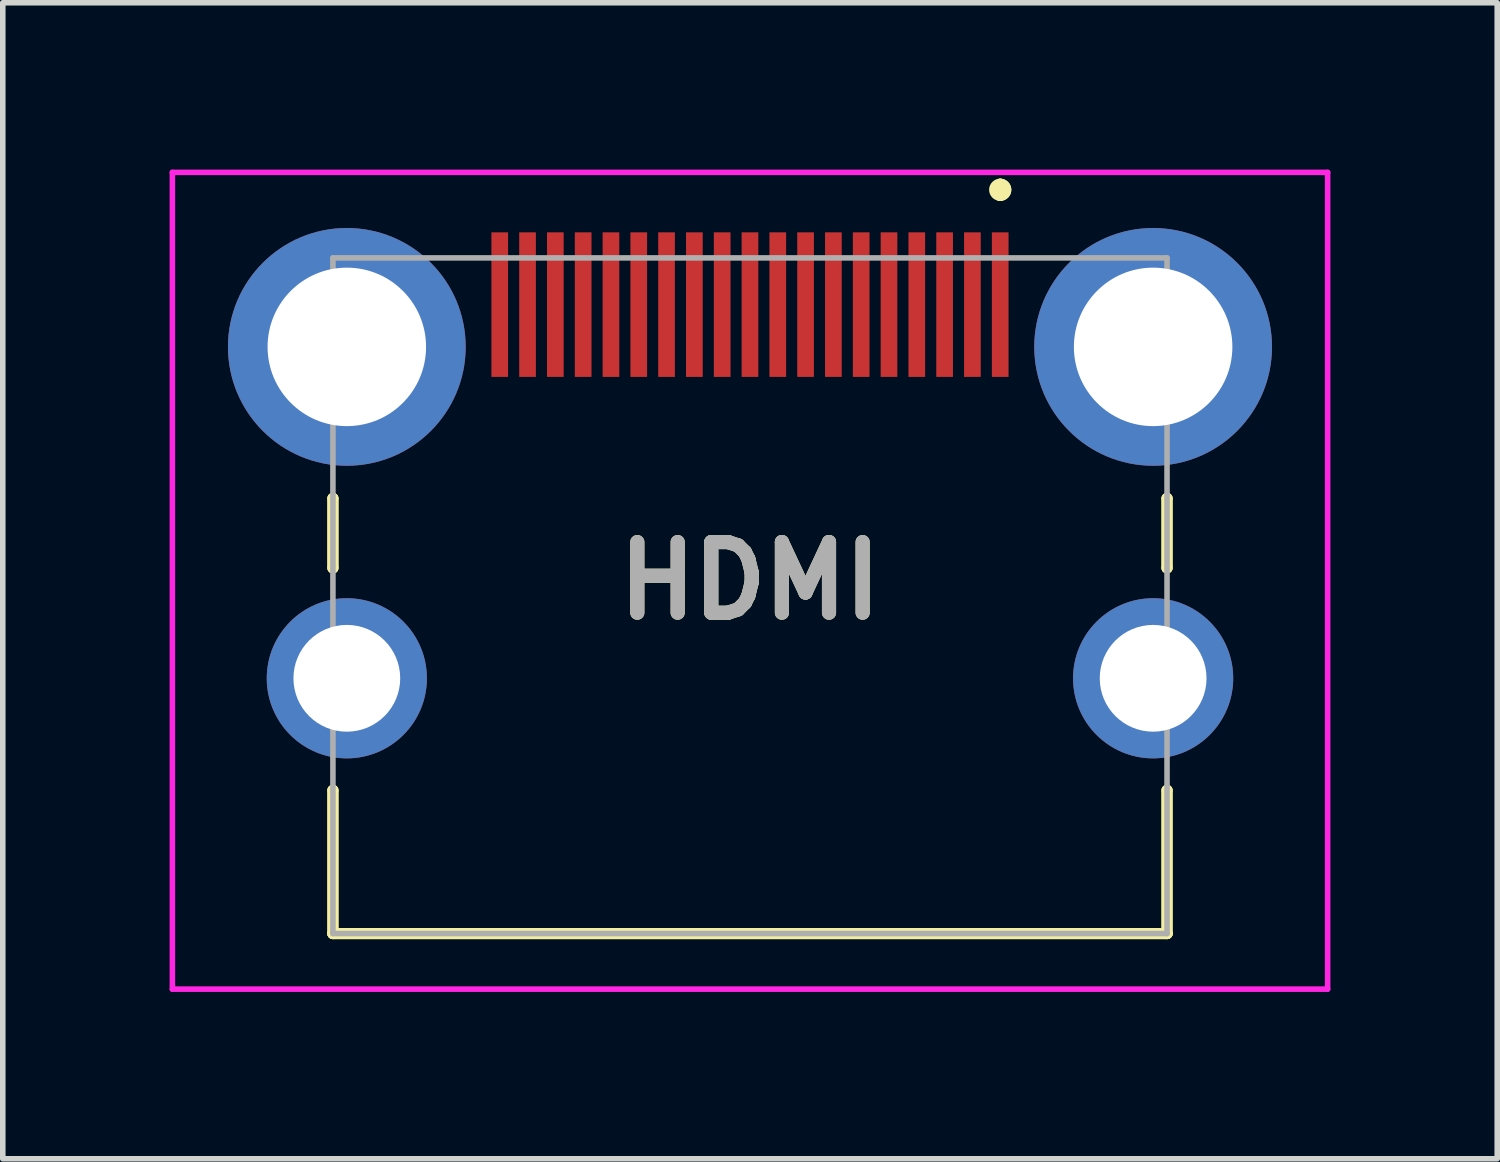
<source format=kicad_pcb>
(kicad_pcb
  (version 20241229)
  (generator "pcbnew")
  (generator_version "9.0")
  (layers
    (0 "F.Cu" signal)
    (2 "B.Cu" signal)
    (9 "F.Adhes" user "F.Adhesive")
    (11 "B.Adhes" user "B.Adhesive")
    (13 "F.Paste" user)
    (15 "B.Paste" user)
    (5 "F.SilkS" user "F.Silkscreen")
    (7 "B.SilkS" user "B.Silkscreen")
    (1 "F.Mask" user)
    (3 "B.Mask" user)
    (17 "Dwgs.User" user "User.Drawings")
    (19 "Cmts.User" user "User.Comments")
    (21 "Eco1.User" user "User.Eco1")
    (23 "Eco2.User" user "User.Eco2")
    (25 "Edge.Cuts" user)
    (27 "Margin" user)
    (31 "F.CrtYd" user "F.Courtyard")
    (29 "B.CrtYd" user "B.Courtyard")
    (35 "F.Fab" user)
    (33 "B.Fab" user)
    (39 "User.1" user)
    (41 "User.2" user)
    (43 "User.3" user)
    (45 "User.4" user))
  (footprint "HDMI"
    (layer "F.Cu")
    (at 10.437 9.148)
    (property "Reference" "HDMI" (at 0 -1.754 0) (layer "F.SilkS") (effects (font (size 1.27 1.27) (thickness 0.254))))
    (attr through_hole)
    (fp_line (start -7.5 -3.235) (end -7.5 -3.235) (stroke (width 0.2) (type solid)) (layer "F.SilkS"))
    (fp_line (start -7.5 -3.235) (end -7.5 -1.985) (stroke (width 0.2) (type solid)) (layer "F.SilkS"))
    (fp_line (start -7.5 -1.985) (end -7.5 -3.235) (stroke (width 0.2) (type solid)) (layer "F.SilkS"))
    (fp_line (start -7.5 -1.985) (end -7.5 -1.985) (stroke (width 0.2) (type solid)) (layer "F.SilkS"))
    (fp_line (start -7.5 2.015) (end -7.5 2.015) (stroke (width 0.2) (type solid)) (layer "F.SilkS"))
    (fp_line (start -7.5 2.015) (end -7.5 4.59) (stroke (width 0.2) (type solid)) (layer "F.SilkS"))
    (fp_line (start -7.5 4.59) (end -7.5 2.015) (stroke (width 0.2) (type solid)) (layer "F.SilkS"))
    (fp_line (start -7.5 4.59) (end -7.5 4.59) (stroke (width 0.2) (type solid)) (layer "F.SilkS"))
    (fp_line (start -7.5 4.59) (end -7.5 4.59) (stroke (width 0.2) (type solid)) (layer "F.SilkS"))
    (fp_line (start -7.5 4.59) (end 7.5 4.59) (stroke (width 0.2) (type solid)) (layer "F.SilkS"))
    (fp_line (start 4.5 -8.885) (end 4.5 -8.885) (stroke (width 0.2) (type solid)) (layer "F.SilkS"))
    (fp_line (start 4.5 -8.685) (end 4.5 -8.685) (stroke (width 0.2) (type solid)) (layer "F.SilkS"))
    (fp_line (start 4.5 -8.685) (end 4.5 -8.685) (stroke (width 0.2) (type solid)) (layer "F.SilkS"))
    (fp_line (start 7.5 -3.235) (end 7.5 -3.235) (stroke (width 0.2) (type solid)) (layer "F.SilkS"))
    (fp_line (start 7.5 -3.235) (end 7.5 -1.985) (stroke (width 0.2) (type solid)) (layer "F.SilkS"))
    (fp_line (start 7.5 -1.985) (end 7.5 -3.235) (stroke (width 0.2) (type solid)) (layer "F.SilkS"))
    (fp_line (start 7.5 -1.985) (end 7.5 -1.985) (stroke (width 0.2) (type solid)) (layer "F.SilkS"))
    (fp_line (start 7.5 2.015) (end 7.5 2.015) (stroke (width 0.2) (type solid)) (layer "F.SilkS"))
    (fp_line (start 7.5 2.015) (end 7.5 4.59) (stroke (width 0.2) (type solid)) (layer "F.SilkS"))
    (fp_line (start 7.5 4.59) (end -7.5 4.59) (stroke (width 0.2) (type solid)) (layer "F.SilkS"))
    (fp_line (start 7.5 4.59) (end 7.5 2.015) (stroke (width 0.2) (type solid)) (layer "F.SilkS"))
    (fp_line (start 7.5 4.59) (end 7.5 4.59) (stroke (width 0.2) (type solid)) (layer "F.SilkS"))
    (fp_line (start 7.5 4.59) (end 7.5 4.59) (stroke (width 0.2) (type solid)) (layer "F.SilkS"))
    (fp_arc (start 4.5 -8.885) (mid 4.6 -8.785) (end 4.5 -8.685) (stroke (width 0.2) (type solid)) (layer "F.SilkS"))
    (fp_arc (start 4.5 -8.885) (mid 4.6 -8.785) (end 4.5 -8.685) (stroke (width 0.2) (type solid)) (layer "F.SilkS"))
    (fp_arc (start 4.5 -8.685) (mid 4.4 -8.785) (end 4.5 -8.885) (stroke (width 0.2) (type solid)) (layer "F.SilkS"))
    (fp_line (start -10.387 -9.098) (end 10.388 -9.098) (stroke (width 0.1) (type solid)) (layer "F.CrtYd"))
    (fp_line (start -10.387 5.59) (end -10.387 -9.098) (stroke (width 0.1) (type solid)) (layer "F.CrtYd"))
    (fp_line (start 10.388 -9.098) (end 10.388 5.59) (stroke (width 0.1) (type solid)) (layer "F.CrtYd"))
    (fp_line (start 10.388 5.59) (end -10.387 5.59) (stroke (width 0.1) (type solid)) (layer "F.CrtYd"))
    (fp_line (start -7.5 -7.56) (end -7.5 4.59) (stroke (width 0.1) (type solid)) (layer "F.Fab"))
    (fp_line (start -7.5 4.59) (end 7.5 4.59) (stroke (width 0.1) (type solid)) (layer "F.Fab"))
    (fp_line (start 7.5 -7.56) (end -7.5 -7.56) (stroke (width 0.1) (type solid)) (layer "F.Fab"))
    (fp_line (start 7.5 4.59) (end 7.5 -7.56) (stroke (width 0.1) (type solid)) (layer "F.Fab"))
    (fp_text user "${REFERENCE}" (at 0 -1.754 0) (layer "F.Fab") (effects (font (size 1.27 1.27) (thickness 0.254))))
    (pad "1" smd rect (at 4.5 -6.72) (size 0.3 2.6) (layers "F.Cu" "F.Mask" "F.Paste"))
    (pad "2" smd rect (at 4 -6.72) (size 0.3 2.6) (layers "F.Cu" "F.Mask" "F.Paste"))
    (pad "3" smd rect (at 3.5 -6.72) (size 0.3 2.6) (layers "F.Cu" "F.Mask" "F.Paste"))
    (pad "4" smd rect (at 3 -6.72) (size 0.3 2.6) (layers "F.Cu" "F.Mask" "F.Paste"))
    (pad "5" smd rect (at 2.5 -6.72) (size 0.3 2.6) (layers "F.Cu" "F.Mask" "F.Paste"))
    (pad "6" smd rect (at 2 -6.72) (size 0.3 2.6) (layers "F.Cu" "F.Mask" "F.Paste"))
    (pad "7" smd rect (at 1.5 -6.72) (size 0.3 2.6) (layers "F.Cu" "F.Mask" "F.Paste"))
    (pad "8" smd rect (at 1 -6.72) (size 0.3 2.6) (layers "F.Cu" "F.Mask" "F.Paste"))
    (pad "9" smd rect (at 0.5 -6.72) (size 0.3 2.6) (layers "F.Cu" "F.Mask" "F.Paste"))
    (pad "10" smd rect (at 0 -6.72) (size 0.3 2.6) (layers "F.Cu" "F.Mask" "F.Paste"))
    (pad "11" smd rect (at -0.5 -6.72) (size 0.3 2.6) (layers "F.Cu" "F.Mask" "F.Paste"))
    (pad "12" smd rect (at -1 -6.72) (size 0.3 2.6) (layers "F.Cu" "F.Mask" "F.Paste"))
    (pad "13" smd rect (at -1.5 -6.72) (size 0.3 2.6) (layers "F.Cu" "F.Mask" "F.Paste"))
    (pad "14" smd rect (at -2 -6.72) (size 0.3 2.6) (layers "F.Cu" "F.Mask" "F.Paste"))
    (pad "15" smd rect (at -2.5 -6.72) (size 0.3 2.6) (layers "F.Cu" "F.Mask" "F.Paste"))
    (pad "16" smd rect (at -3 -6.72) (size 0.3 2.6) (layers "F.Cu" "F.Mask" "F.Paste"))
    (pad "17" smd rect (at -3.5 -6.72) (size 0.3 2.6) (layers "F.Cu" "F.Mask" "F.Paste"))
    (pad "18" smd rect (at -4 -6.72) (size 0.3 2.6) (layers "F.Cu" "F.Mask" "F.Paste"))
    (pad "19" smd rect (at -4.5 -6.72) (size 0.3 2.6) (layers "F.Cu" "F.Mask" "F.Paste"))
    (pad "MH1" thru_hole circle (at 7.25 -5.96) (size 4.275 4.275) (drill 2.85) (layers "*.Cu" "*.Mask"))
    (pad "MH2" thru_hole circle (at -7.25 -5.96) (size 4.275 4.275) (drill 2.85) (layers "*.Cu" "*.Mask"))
    (pad "MH3" thru_hole circle (at 7.25 0) (size 2.88 2.88) (drill 1.92) (layers "*.Cu" "*.Mask"))
    (pad "MH4" thru_hole circle (at -7.25 0) (size 2.88 2.88) (drill 1.92) (layers "*.Cu" "*.Mask")))
  (gr_rect
    (start -3 -3)
    (end 23.875 17.788)
    (stroke (width 0.1) (type default))
    (fill no)
    (layer "Edge.Cuts")))
</source>
